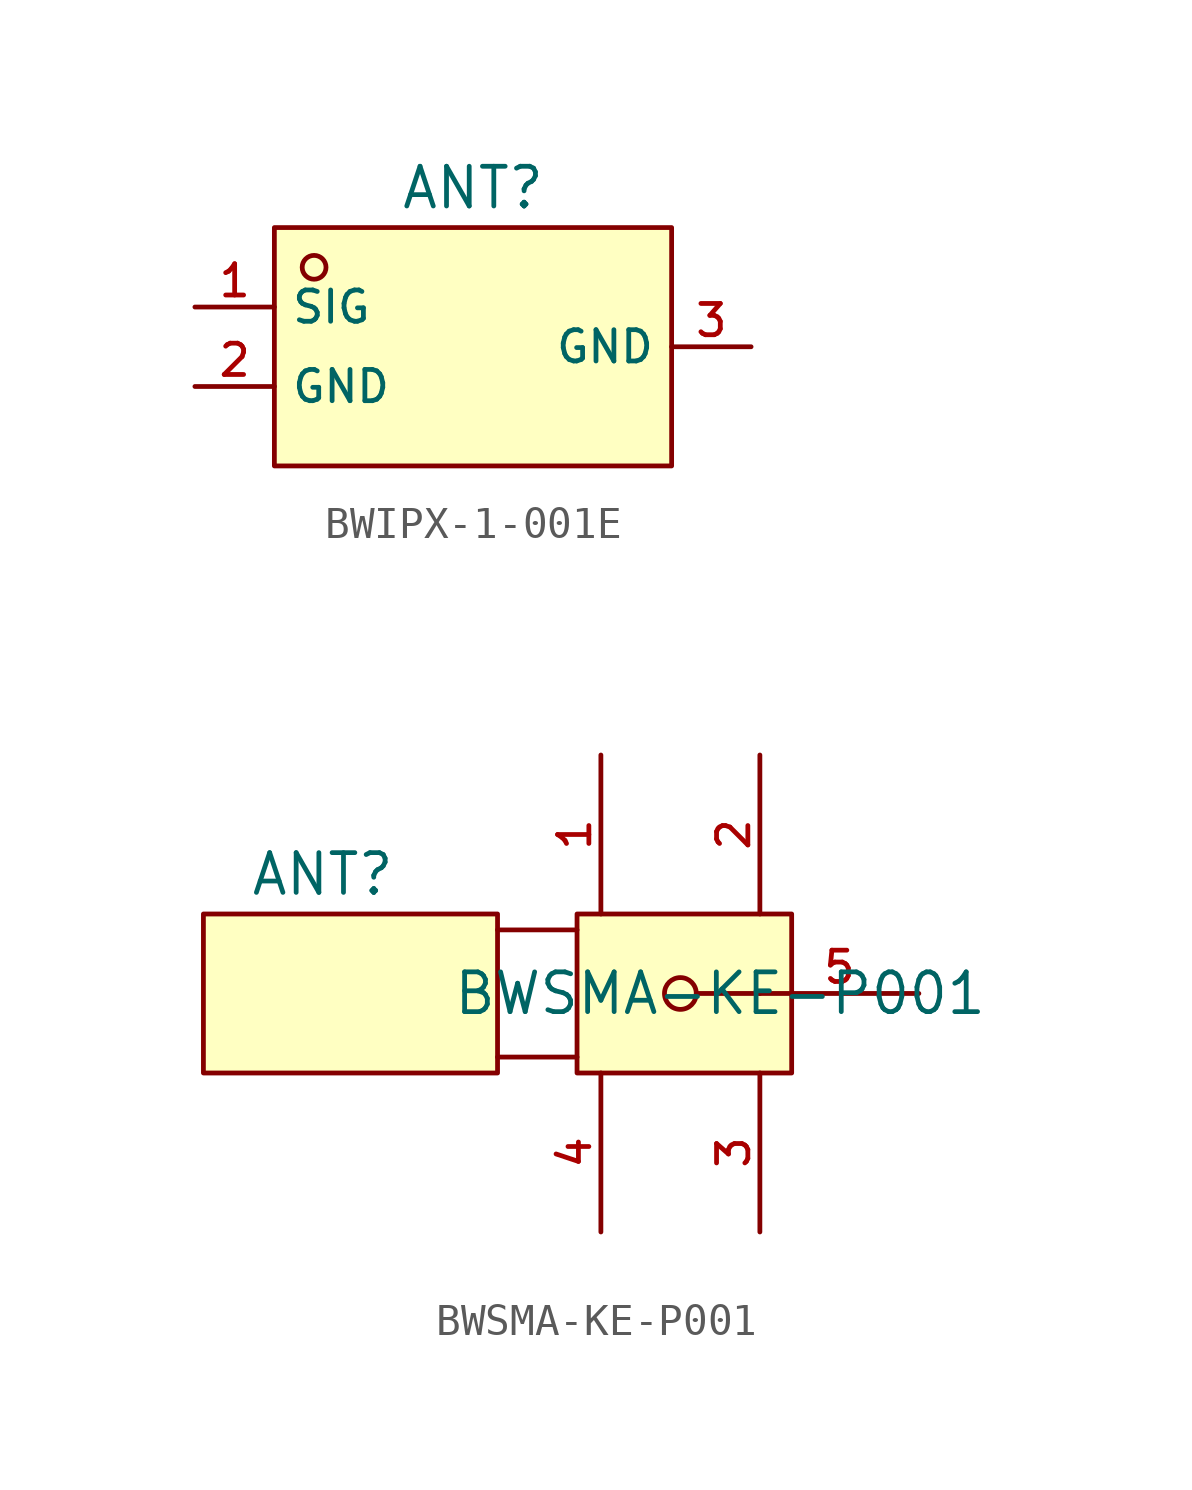
<source format=kicad_sym>
(kicad_symbol_lib
  (version 20220914)
  (generator kicad_symbol_editor)
  (symbol "BWIPX-1-001E"
    (property "Reference" "ANT"
      (at 0 5.08 0)
      (effects (font (size 1.27 1.27))))
    (symbol "BWIPX-1-001E_0_1"
      (rectangle (start -6.35 3.81) (end 6.35 -3.81) (stroke (width 0) (type default)) (fill (type background)))
      (circle (center -5.08 2.54) (radius 0.381) (stroke (width 0) (type default)) (fill (type background)))
      (pin input line (at -8.89 1.27 0) (length 2.54) (name "SIG" (effects (font (size 1 1)))) (number "1" (effects (font (size 1 1)))))
      (pin power_in line (at -8.89 -1.27 0) (length 2.54) (name "GND" (effects (font (size 1 1)))) (number "2" (effects (font (size 1 1)))))
      (pin power_in line (at 8.89 0 180) (length 2.54) (name "GND" (effects (font (size 1 1)))) (number "3" (effects (font (size 1 1)))))))
  (symbol "BWSMA-KE-P001"
    (pin_names hide)
    (property "Reference" "ANT"
      (at -11.43 3.81 0)
      (effects (font (size 1.27 1.27))))
    (property "Value" "BWSMA-KE-P001"
      (at 1.27 0 0)
      (effects (font (size 1.27 1.27))))
    (symbol "BWSMA-KE-P001_0_1"
      (rectangle (start -15.24 2.54) (end -5.842 -2.54) (stroke (width 0) (type default)) (fill (type background)))
      (rectangle (start -3.302 2.54) (end 3.556 -2.54) (stroke (width 0) (type default)) (fill (type background)))
      (polyline (pts (xy -5.842 -2.032) (xy -3.302 -2.032)) (stroke (width 0) (type default)) (fill (type none)))
      (polyline (pts (xy -5.842 2.032) (xy -3.302 2.032)) (stroke (width 0) (type default)) (fill (type none)))
      (polyline (pts (xy 0.508 0) (xy 2.54 0)) (stroke (width 0) (type default)) (fill (type none)))
      (circle (center 0 0) (radius 0.508) (stroke (width 0) (type default)) (fill (type background)))
      (pin passive line (at -2.54 7.62 270) (length 5.08) (name "1" (effects (font (size 1 1)))) (number "1" (effects (font (size 1 1)))))
      (pin passive line (at 2.54 7.62 270) (length 5.08) (name "2" (effects (font (size 1 1)))) (number "2" (effects (font (size 1 1)))))
      (pin passive line (at 2.54 -7.62 90) (length 5.08) (name "3" (effects (font (size 1 1)))) (number "3" (effects (font (size 1 1)))))
      (pin passive line (at -2.54 -7.62 90) (length 5.08) (name "4" (effects (font (size 1 1)))) (number "4" (effects (font (size 1 1)))))
      (pin input line (at 7.62 0 180) (length 5.08) (name "5" (effects (font (size 1 1)))) (number "5" (effects (font (size 1 1))))))))
</source>
